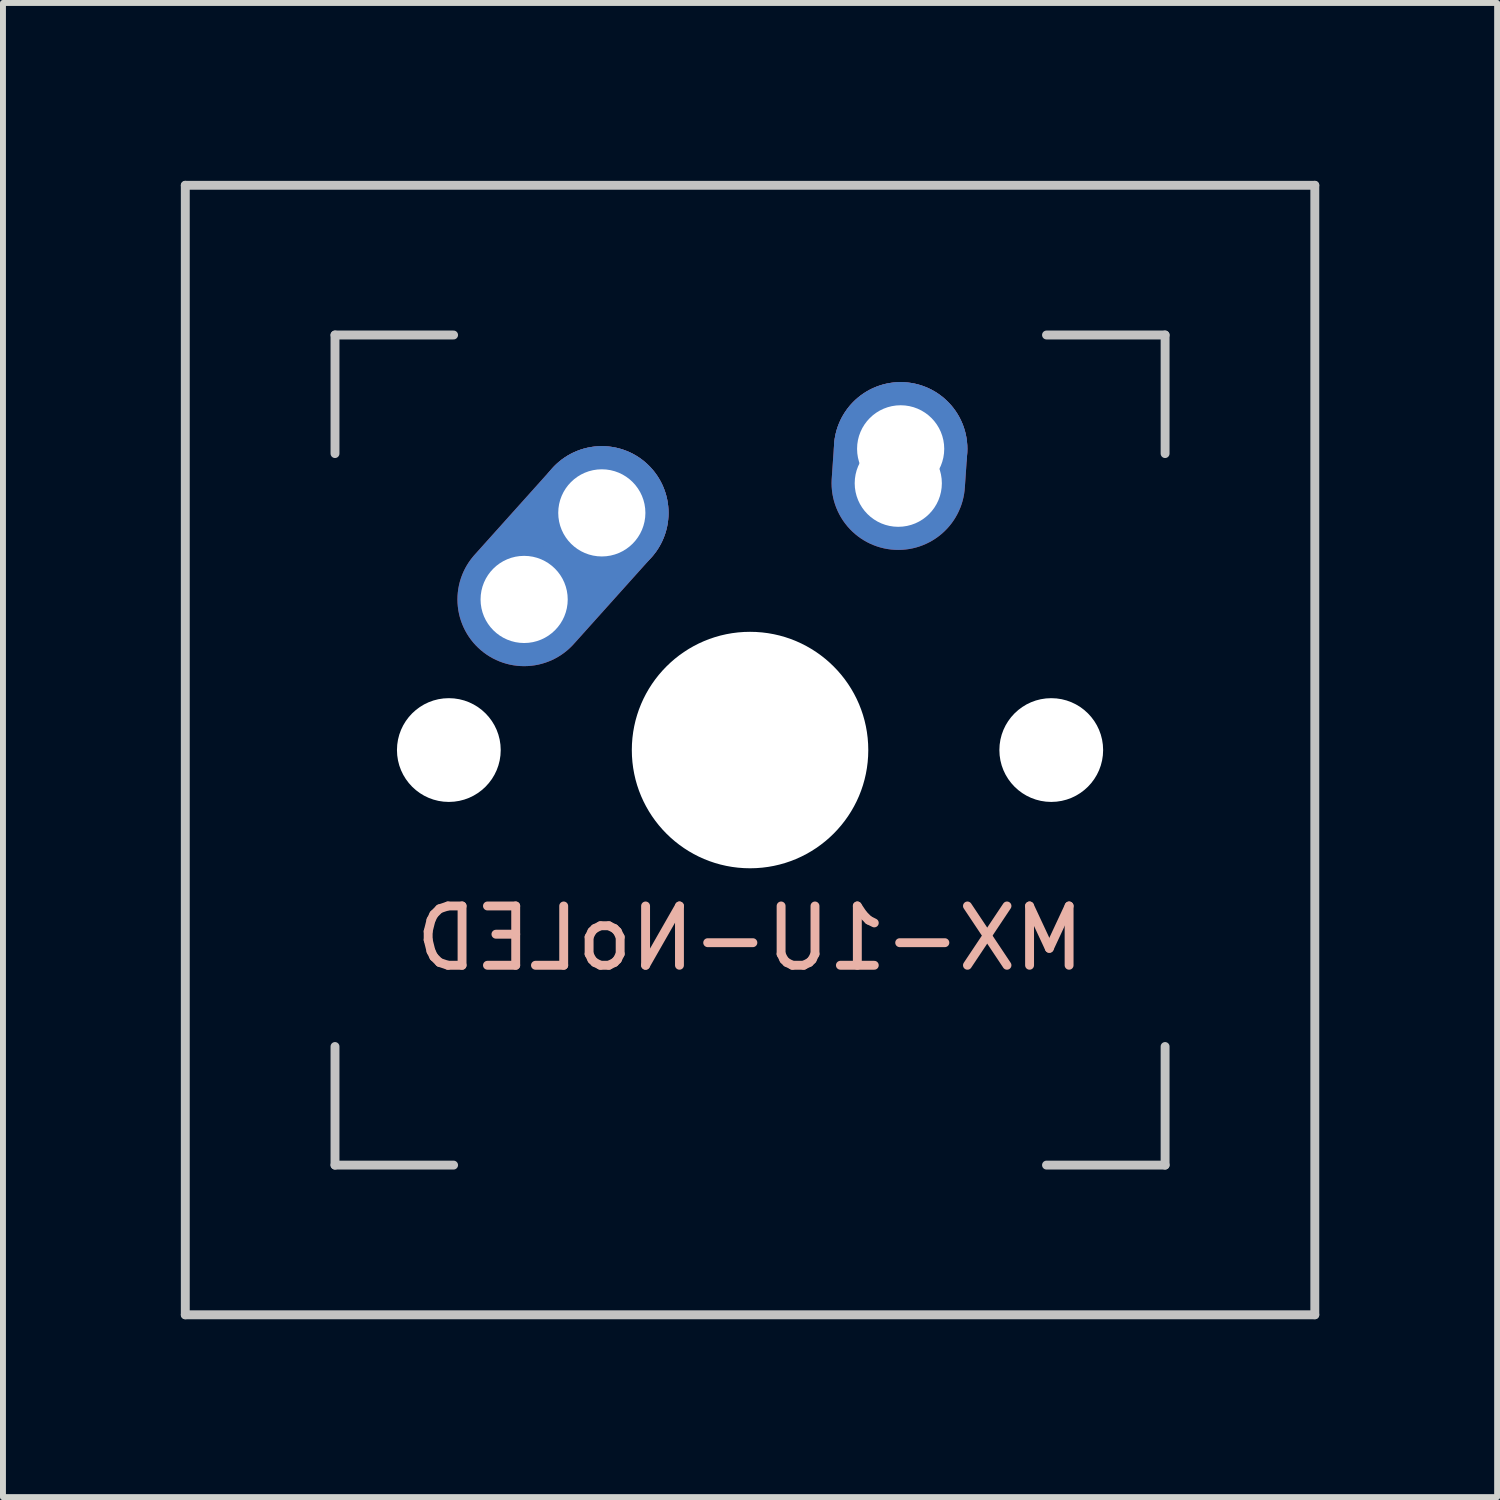
<source format=kicad_pcb>
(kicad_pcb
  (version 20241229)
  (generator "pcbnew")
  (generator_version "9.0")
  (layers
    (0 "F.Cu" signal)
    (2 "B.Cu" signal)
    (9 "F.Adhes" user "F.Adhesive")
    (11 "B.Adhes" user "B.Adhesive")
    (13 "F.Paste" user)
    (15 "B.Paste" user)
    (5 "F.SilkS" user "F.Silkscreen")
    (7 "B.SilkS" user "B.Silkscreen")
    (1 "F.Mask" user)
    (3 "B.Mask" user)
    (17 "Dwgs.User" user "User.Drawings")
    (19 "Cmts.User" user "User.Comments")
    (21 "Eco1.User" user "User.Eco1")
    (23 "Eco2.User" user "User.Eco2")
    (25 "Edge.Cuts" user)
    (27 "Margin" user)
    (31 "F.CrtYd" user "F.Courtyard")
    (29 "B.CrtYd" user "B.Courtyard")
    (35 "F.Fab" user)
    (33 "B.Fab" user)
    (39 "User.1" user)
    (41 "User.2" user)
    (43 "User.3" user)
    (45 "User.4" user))
  (footprint "MX-1U-NoLED"
    (layer "F.Cu")
    (at 9.6 9.6)
    (property "Reference" "MX-1U-NoLED" (at 0 3.175 0) (layer "B.SilkS") (effects (font (size 1 1) (thickness 0.15)) (justify mirror)))
    (attr through_hole)
    (fp_line (start -9.525 -9.525) (end 9.525 -9.525) (stroke (width 0.15) (type solid)) (layer "Dwgs.User"))
    (fp_line (start -9.525 9.525) (end -9.525 -9.525) (stroke (width 0.15) (type solid)) (layer "Dwgs.User"))
    (fp_line (start -7 -7) (end -7 -5) (stroke (width 0.15) (type solid)) (layer "Dwgs.User"))
    (fp_line (start -7 5) (end -7 7) (stroke (width 0.15) (type solid)) (layer "Dwgs.User"))
    (fp_line (start -7 7) (end -5 7) (stroke (width 0.15) (type solid)) (layer "Dwgs.User"))
    (fp_line (start -5 -7) (end -7 -7) (stroke (width 0.15) (type solid)) (layer "Dwgs.User"))
    (fp_line (start 5 -7) (end 7 -7) (stroke (width 0.15) (type solid)) (layer "Dwgs.User"))
    (fp_line (start 5 7) (end 7 7) (stroke (width 0.15) (type solid)) (layer "Dwgs.User"))
    (fp_line (start 7 -7) (end 7 -5) (stroke (width 0.15) (type solid)) (layer "Dwgs.User"))
    (fp_line (start 7 7) (end 7 5) (stroke (width 0.15) (type solid)) (layer "Dwgs.User"))
    (fp_line (start 9.525 -9.525) (end 9.525 9.525) (stroke (width 0.15) (type solid)) (layer "Dwgs.User"))
    (fp_line (start 9.525 9.525) (end -9.525 9.525) (stroke (width 0.15) (type solid)) (layer "Dwgs.User"))
    (pad "" np_thru_hole circle (at -5.08 0 48.1) (size 1.75 1.75) (drill 1.75) (layers "*.Cu" "*.Mask"))
    (pad "" np_thru_hole circle (at 0 0) (size 3.988 3.988) (drill 3.988) (layers "*.Cu" "*.Mask"))
    (pad "" np_thru_hole circle (at 5.08 0 48.1) (size 1.75 1.75) (drill 1.75) (layers "*.Cu" "*.Mask"))
    (pad "1" thru_hole oval (at -3.81 -2.54 48.1) (size 4.212 2.25) (drill 1.47 (offset 0.981 0)) (layers "*.Cu" "B.Mask"))
    (pad "1" thru_hole circle (at -2.5 -4) (size 2.25 2.25) (drill 1.47) (layers "*.Cu" "B.Mask"))
    (pad "2" thru_hole oval (at 2.5 -4.5 86.055) (size 2.831 2.25) (drill 1.47 (offset 0.291 0)) (layers "*.Cu" "B.Mask"))
    (pad "2" thru_hole circle (at 2.54 -5.08) (size 2.25 2.25) (drill 1.47) (layers "*.Cu" "B.Mask")))
  (gr_rect
    (start -3 -3)
    (end 22.2 22.2)
    (stroke (width 0.1) (type default))
    (fill no)
    (layer "Edge.Cuts")))
</source>
